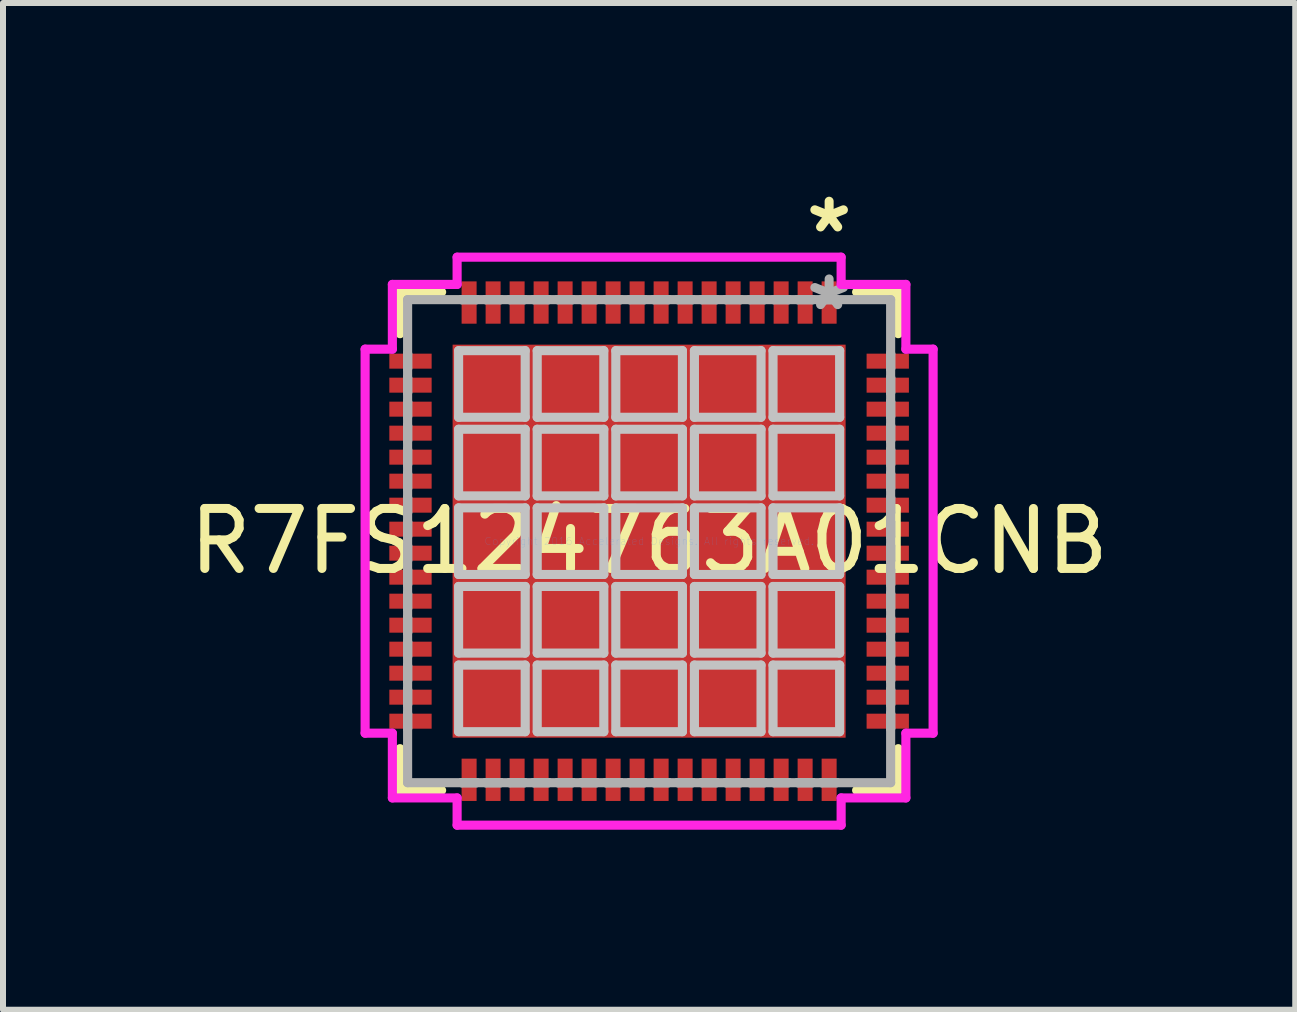
<source format=kicad_pcb>
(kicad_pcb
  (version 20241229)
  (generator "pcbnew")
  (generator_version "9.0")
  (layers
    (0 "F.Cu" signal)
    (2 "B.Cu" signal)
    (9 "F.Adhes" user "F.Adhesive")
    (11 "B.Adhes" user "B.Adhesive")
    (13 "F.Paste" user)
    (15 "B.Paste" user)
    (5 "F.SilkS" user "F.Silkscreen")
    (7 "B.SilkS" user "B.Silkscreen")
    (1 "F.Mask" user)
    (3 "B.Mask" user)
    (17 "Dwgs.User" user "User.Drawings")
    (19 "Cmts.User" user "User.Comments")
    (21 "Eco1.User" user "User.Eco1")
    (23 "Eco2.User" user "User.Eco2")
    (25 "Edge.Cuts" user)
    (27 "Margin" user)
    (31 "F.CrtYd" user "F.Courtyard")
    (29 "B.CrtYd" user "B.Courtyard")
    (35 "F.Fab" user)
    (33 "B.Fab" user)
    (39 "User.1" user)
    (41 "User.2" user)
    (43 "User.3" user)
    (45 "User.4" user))
  (footprint "R7FS124763A01CNB"
    (layer "F.Cu")
    (at 7.768 5.969)
    (property "Reference" "R7FS124763A01CNB" (at 0 0 0) (layer "F.SilkS") (effects (font (size 1 1) (thickness 0.15))))
    (attr through_hole)
    (fp_line (start -4.152 -4.152) (end -4.152 -3.458) (stroke (width 0.152) (type solid)) (layer "F.SilkS"))
    (fp_line (start -4.152 3.458) (end -4.152 4.152) (stroke (width 0.152) (type solid)) (layer "F.SilkS"))
    (fp_line (start -4.152 4.152) (end -3.458 4.152) (stroke (width 0.152) (type solid)) (layer "F.SilkS"))
    (fp_line (start -3.458 -4.152) (end -4.152 -4.152) (stroke (width 0.152) (type solid)) (layer "F.SilkS"))
    (fp_line (start 3.458 4.152) (end 4.152 4.152) (stroke (width 0.152) (type solid)) (layer "F.SilkS"))
    (fp_line (start 4.152 -4.152) (end 3.458 -4.152) (stroke (width 0.152) (type solid)) (layer "F.SilkS"))
    (fp_line (start 4.152 -3.458) (end 4.152 -4.152) (stroke (width 0.152) (type solid)) (layer "F.SilkS"))
    (fp_line (start 4.152 4.152) (end 4.152 3.458) (stroke (width 0.152) (type solid)) (layer "F.SilkS"))
    (fp_line (start -3.175 -3.175) (end -3.175 -2.065) (stroke (width 0.152) (type solid)) (layer "Dwgs.User"))
    (fp_line (start -3.175 -2.065) (end -2.065 -2.065) (stroke (width 0.152) (type solid)) (layer "Dwgs.User"))
    (fp_line (start -3.175 -1.865) (end -3.175 -0.755) (stroke (width 0.152) (type solid)) (layer "Dwgs.User"))
    (fp_line (start -3.175 -0.755) (end -2.065 -0.755) (stroke (width 0.152) (type solid)) (layer "Dwgs.User"))
    (fp_line (start -3.175 -0.555) (end -3.175 0.555) (stroke (width 0.152) (type solid)) (layer "Dwgs.User"))
    (fp_line (start -3.175 0.555) (end -2.065 0.555) (stroke (width 0.152) (type solid)) (layer "Dwgs.User"))
    (fp_line (start -3.175 0.755) (end -3.175 1.865) (stroke (width 0.152) (type solid)) (layer "Dwgs.User"))
    (fp_line (start -3.175 1.865) (end -2.065 1.865) (stroke (width 0.152) (type solid)) (layer "Dwgs.User"))
    (fp_line (start -3.175 2.065) (end -3.175 3.175) (stroke (width 0.152) (type solid)) (layer "Dwgs.User"))
    (fp_line (start -3.175 3.175) (end -2.065 3.175) (stroke (width 0.152) (type solid)) (layer "Dwgs.User"))
    (fp_line (start -2.065 -3.175) (end -3.175 -3.175) (stroke (width 0.152) (type solid)) (layer "Dwgs.User"))
    (fp_line (start -2.065 -2.065) (end -2.065 -3.175) (stroke (width 0.152) (type solid)) (layer "Dwgs.User"))
    (fp_line (start -2.065 -1.865) (end -3.175 -1.865) (stroke (width 0.152) (type solid)) (layer "Dwgs.User"))
    (fp_line (start -2.065 -0.755) (end -2.065 -1.865) (stroke (width 0.152) (type solid)) (layer "Dwgs.User"))
    (fp_line (start -2.065 -0.555) (end -3.175 -0.555) (stroke (width 0.152) (type solid)) (layer "Dwgs.User"))
    (fp_line (start -2.065 0.555) (end -2.065 -0.555) (stroke (width 0.152) (type solid)) (layer "Dwgs.User"))
    (fp_line (start -2.065 0.755) (end -3.175 0.755) (stroke (width 0.152) (type solid)) (layer "Dwgs.User"))
    (fp_line (start -2.065 1.865) (end -2.065 0.755) (stroke (width 0.152) (type solid)) (layer "Dwgs.User"))
    (fp_line (start -2.065 2.065) (end -3.175 2.065) (stroke (width 0.152) (type solid)) (layer "Dwgs.User"))
    (fp_line (start -2.065 3.175) (end -2.065 2.065) (stroke (width 0.152) (type solid)) (layer "Dwgs.User"))
    (fp_line (start -1.865 -3.175) (end -1.865 -2.065) (stroke (width 0.152) (type solid)) (layer "Dwgs.User"))
    (fp_line (start -1.865 -2.065) (end -0.755 -2.065) (stroke (width 0.152) (type solid)) (layer "Dwgs.User"))
    (fp_line (start -1.865 -1.865) (end -1.865 -0.755) (stroke (width 0.152) (type solid)) (layer "Dwgs.User"))
    (fp_line (start -1.865 -0.755) (end -0.755 -0.755) (stroke (width 0.152) (type solid)) (layer "Dwgs.User"))
    (fp_line (start -1.865 -0.555) (end -1.865 0.555) (stroke (width 0.152) (type solid)) (layer "Dwgs.User"))
    (fp_line (start -1.865 0.555) (end -0.755 0.555) (stroke (width 0.152) (type solid)) (layer "Dwgs.User"))
    (fp_line (start -1.865 0.755) (end -1.865 1.865) (stroke (width 0.152) (type solid)) (layer "Dwgs.User"))
    (fp_line (start -1.865 1.865) (end -0.755 1.865) (stroke (width 0.152) (type solid)) (layer "Dwgs.User"))
    (fp_line (start -1.865 2.065) (end -1.865 3.175) (stroke (width 0.152) (type solid)) (layer "Dwgs.User"))
    (fp_line (start -1.865 3.175) (end -0.755 3.175) (stroke (width 0.152) (type solid)) (layer "Dwgs.User"))
    (fp_line (start -0.755 -3.175) (end -1.865 -3.175) (stroke (width 0.152) (type solid)) (layer "Dwgs.User"))
    (fp_line (start -0.755 -2.065) (end -0.755 -3.175) (stroke (width 0.152) (type solid)) (layer "Dwgs.User"))
    (fp_line (start -0.755 -1.865) (end -1.865 -1.865) (stroke (width 0.152) (type solid)) (layer "Dwgs.User"))
    (fp_line (start -0.755 -0.755) (end -0.755 -1.865) (stroke (width 0.152) (type solid)) (layer "Dwgs.User"))
    (fp_line (start -0.755 -0.555) (end -1.865 -0.555) (stroke (width 0.152) (type solid)) (layer "Dwgs.User"))
    (fp_line (start -0.755 0.555) (end -0.755 -0.555) (stroke (width 0.152) (type solid)) (layer "Dwgs.User"))
    (fp_line (start -0.755 0.755) (end -1.865 0.755) (stroke (width 0.152) (type solid)) (layer "Dwgs.User"))
    (fp_line (start -0.755 1.865) (end -0.755 0.755) (stroke (width 0.152) (type solid)) (layer "Dwgs.User"))
    (fp_line (start -0.755 2.065) (end -1.865 2.065) (stroke (width 0.152) (type solid)) (layer "Dwgs.User"))
    (fp_line (start -0.755 3.175) (end -0.755 2.065) (stroke (width 0.152) (type solid)) (layer "Dwgs.User"))
    (fp_line (start -0.555 -3.175) (end -0.555 -2.065) (stroke (width 0.152) (type solid)) (layer "Dwgs.User"))
    (fp_line (start -0.555 -2.065) (end 0.555 -2.065) (stroke (width 0.152) (type solid)) (layer "Dwgs.User"))
    (fp_line (start -0.555 -1.865) (end -0.555 -0.755) (stroke (width 0.152) (type solid)) (layer "Dwgs.User"))
    (fp_line (start -0.555 -0.755) (end 0.555 -0.755) (stroke (width 0.152) (type solid)) (layer "Dwgs.User"))
    (fp_line (start -0.555 -0.555) (end -0.555 0.555) (stroke (width 0.152) (type solid)) (layer "Dwgs.User"))
    (fp_line (start -0.555 0.555) (end 0.555 0.555) (stroke (width 0.152) (type solid)) (layer "Dwgs.User"))
    (fp_line (start -0.555 0.755) (end -0.555 1.865) (stroke (width 0.152) (type solid)) (layer "Dwgs.User"))
    (fp_line (start -0.555 1.865) (end 0.555 1.865) (stroke (width 0.152) (type solid)) (layer "Dwgs.User"))
    (fp_line (start -0.555 2.065) (end -0.555 3.175) (stroke (width 0.152) (type solid)) (layer "Dwgs.User"))
    (fp_line (start -0.555 3.175) (end 0.555 3.175) (stroke (width 0.152) (type solid)) (layer "Dwgs.User"))
    (fp_line (start 0.555 -3.175) (end -0.555 -3.175) (stroke (width 0.152) (type solid)) (layer "Dwgs.User"))
    (fp_line (start 0.555 -2.065) (end 0.555 -3.175) (stroke (width 0.152) (type solid)) (layer "Dwgs.User"))
    (fp_line (start 0.555 -1.865) (end -0.555 -1.865) (stroke (width 0.152) (type solid)) (layer "Dwgs.User"))
    (fp_line (start 0.555 -0.755) (end 0.555 -1.865) (stroke (width 0.152) (type solid)) (layer "Dwgs.User"))
    (fp_line (start 0.555 -0.555) (end -0.555 -0.555) (stroke (width 0.152) (type solid)) (layer "Dwgs.User"))
    (fp_line (start 0.555 0.555) (end 0.555 -0.555) (stroke (width 0.152) (type solid)) (layer "Dwgs.User"))
    (fp_line (start 0.555 0.755) (end -0.555 0.755) (stroke (width 0.152) (type solid)) (layer "Dwgs.User"))
    (fp_line (start 0.555 1.865) (end 0.555 0.755) (stroke (width 0.152) (type solid)) (layer "Dwgs.User"))
    (fp_line (start 0.555 2.065) (end -0.555 2.065) (stroke (width 0.152) (type solid)) (layer "Dwgs.User"))
    (fp_line (start 0.555 3.175) (end 0.555 2.065) (stroke (width 0.152) (type solid)) (layer "Dwgs.User"))
    (fp_line (start 0.755 -3.175) (end 0.755 -2.065) (stroke (width 0.152) (type solid)) (layer "Dwgs.User"))
    (fp_line (start 0.755 -2.065) (end 1.865 -2.065) (stroke (width 0.152) (type solid)) (layer "Dwgs.User"))
    (fp_line (start 0.755 -1.865) (end 0.755 -0.755) (stroke (width 0.152) (type solid)) (layer "Dwgs.User"))
    (fp_line (start 0.755 -0.755) (end 1.865 -0.755) (stroke (width 0.152) (type solid)) (layer "Dwgs.User"))
    (fp_line (start 0.755 -0.555) (end 0.755 0.555) (stroke (width 0.152) (type solid)) (layer "Dwgs.User"))
    (fp_line (start 0.755 0.555) (end 1.865 0.555) (stroke (width 0.152) (type solid)) (layer "Dwgs.User"))
    (fp_line (start 0.755 0.755) (end 0.755 1.865) (stroke (width 0.152) (type solid)) (layer "Dwgs.User"))
    (fp_line (start 0.755 1.865) (end 1.865 1.865) (stroke (width 0.152) (type solid)) (layer "Dwgs.User"))
    (fp_line (start 0.755 2.065) (end 0.755 3.175) (stroke (width 0.152) (type solid)) (layer "Dwgs.User"))
    (fp_line (start 0.755 3.175) (end 1.865 3.175) (stroke (width 0.152) (type solid)) (layer "Dwgs.User"))
    (fp_line (start 1.865 -3.175) (end 0.755 -3.175) (stroke (width 0.152) (type solid)) (layer "Dwgs.User"))
    (fp_line (start 1.865 -2.065) (end 1.865 -3.175) (stroke (width 0.152) (type solid)) (layer "Dwgs.User"))
    (fp_line (start 1.865 -1.865) (end 0.755 -1.865) (stroke (width 0.152) (type solid)) (layer "Dwgs.User"))
    (fp_line (start 1.865 -0.755) (end 1.865 -1.865) (stroke (width 0.152) (type solid)) (layer "Dwgs.User"))
    (fp_line (start 1.865 -0.555) (end 0.755 -0.555) (stroke (width 0.152) (type solid)) (layer "Dwgs.User"))
    (fp_line (start 1.865 0.555) (end 1.865 -0.555) (stroke (width 0.152) (type solid)) (layer "Dwgs.User"))
    (fp_line (start 1.865 0.755) (end 0.755 0.755) (stroke (width 0.152) (type solid)) (layer "Dwgs.User"))
    (fp_line (start 1.865 1.865) (end 1.865 0.755) (stroke (width 0.152) (type solid)) (layer "Dwgs.User"))
    (fp_line (start 1.865 2.065) (end 0.755 2.065) (stroke (width 0.152) (type solid)) (layer "Dwgs.User"))
    (fp_line (start 1.865 3.175) (end 1.865 2.065) (stroke (width 0.152) (type solid)) (layer "Dwgs.User"))
    (fp_line (start 2.065 -3.175) (end 2.065 -2.065) (stroke (width 0.152) (type solid)) (layer "Dwgs.User"))
    (fp_line (start 2.065 -2.065) (end 3.175 -2.065) (stroke (width 0.152) (type solid)) (layer "Dwgs.User"))
    (fp_line (start 2.065 -1.865) (end 2.065 -0.755) (stroke (width 0.152) (type solid)) (layer "Dwgs.User"))
    (fp_line (start 2.065 -0.755) (end 3.175 -0.755) (stroke (width 0.152) (type solid)) (layer "Dwgs.User"))
    (fp_line (start 2.065 -0.555) (end 2.065 0.555) (stroke (width 0.152) (type solid)) (layer "Dwgs.User"))
    (fp_line (start 2.065 0.555) (end 3.175 0.555) (stroke (width 0.152) (type solid)) (layer "Dwgs.User"))
    (fp_line (start 2.065 0.755) (end 2.065 1.865) (stroke (width 0.152) (type solid)) (layer "Dwgs.User"))
    (fp_line (start 2.065 1.865) (end 3.175 1.865) (stroke (width 0.152) (type solid)) (layer "Dwgs.User"))
    (fp_line (start 2.065 2.065) (end 2.065 3.175) (stroke (width 0.152) (type solid)) (layer "Dwgs.User"))
    (fp_line (start 2.065 3.175) (end 3.175 3.175) (stroke (width 0.152) (type solid)) (layer "Dwgs.User"))
    (fp_line (start 3.175 -3.175) (end 2.065 -3.175) (stroke (width 0.152) (type solid)) (layer "Dwgs.User"))
    (fp_line (start 3.175 -2.065) (end 3.175 -3.175) (stroke (width 0.152) (type solid)) (layer "Dwgs.User"))
    (fp_line (start 3.175 -1.865) (end 2.065 -1.865) (stroke (width 0.152) (type solid)) (layer "Dwgs.User"))
    (fp_line (start 3.175 -0.755) (end 3.175 -1.865) (stroke (width 0.152) (type solid)) (layer "Dwgs.User"))
    (fp_line (start 3.175 -0.555) (end 2.065 -0.555) (stroke (width 0.152) (type solid)) (layer "Dwgs.User"))
    (fp_line (start 3.175 0.555) (end 3.175 -0.555) (stroke (width 0.152) (type solid)) (layer "Dwgs.User"))
    (fp_line (start 3.175 0.755) (end 2.065 0.755) (stroke (width 0.152) (type solid)) (layer "Dwgs.User"))
    (fp_line (start 3.175 1.865) (end 3.175 0.755) (stroke (width 0.152) (type solid)) (layer "Dwgs.User"))
    (fp_line (start 3.175 2.065) (end 2.065 2.065) (stroke (width 0.152) (type solid)) (layer "Dwgs.User"))
    (fp_line (start 3.175 3.175) (end 3.175 2.065) (stroke (width 0.152) (type solid)) (layer "Dwgs.User"))
    (fp_line (start -4.733 -3.2) (end -4.279 -3.2) (stroke (width 0.152) (type solid)) (layer "F.CrtYd"))
    (fp_line (start -4.733 3.2) (end -4.733 -3.2) (stroke (width 0.152) (type solid)) (layer "F.CrtYd"))
    (fp_line (start -4.279 -4.279) (end -3.2 -4.279) (stroke (width 0.152) (type solid)) (layer "F.CrtYd"))
    (fp_line (start -4.279 -3.2) (end -4.279 -4.279) (stroke (width 0.152) (type solid)) (layer "F.CrtYd"))
    (fp_line (start -4.279 3.2) (end -4.733 3.2) (stroke (width 0.152) (type solid)) (layer "F.CrtYd"))
    (fp_line (start -4.279 4.279) (end -4.279 3.2) (stroke (width 0.152) (type solid)) (layer "F.CrtYd"))
    (fp_line (start -3.2 -4.733) (end 3.2 -4.733) (stroke (width 0.152) (type solid)) (layer "F.CrtYd"))
    (fp_line (start -3.2 -4.279) (end -3.2 -4.733) (stroke (width 0.152) (type solid)) (layer "F.CrtYd"))
    (fp_line (start -3.2 4.279) (end -4.279 4.279) (stroke (width 0.152) (type solid)) (layer "F.CrtYd"))
    (fp_line (start -3.2 4.733) (end -3.2 4.279) (stroke (width 0.152) (type solid)) (layer "F.CrtYd"))
    (fp_line (start 3.2 -4.733) (end 3.2 -4.279) (stroke (width 0.152) (type solid)) (layer "F.CrtYd"))
    (fp_line (start 3.2 -4.279) (end 4.279 -4.279) (stroke (width 0.152) (type solid)) (layer "F.CrtYd"))
    (fp_line (start 3.2 4.279) (end 3.2 4.733) (stroke (width 0.152) (type solid)) (layer "F.CrtYd"))
    (fp_line (start 3.2 4.733) (end -3.2 4.733) (stroke (width 0.152) (type solid)) (layer "F.CrtYd"))
    (fp_line (start 4.279 -4.279) (end 4.279 -3.2) (stroke (width 0.152) (type solid)) (layer "F.CrtYd"))
    (fp_line (start 4.279 -3.2) (end 4.733 -3.2) (stroke (width 0.152) (type solid)) (layer "F.CrtYd"))
    (fp_line (start 4.279 3.2) (end 4.279 4.279) (stroke (width 0.152) (type solid)) (layer "F.CrtYd"))
    (fp_line (start 4.279 4.279) (end 3.2 4.279) (stroke (width 0.152) (type solid)) (layer "F.CrtYd"))
    (fp_line (start 4.733 -3.2) (end 4.733 3.2) (stroke (width 0.152) (type solid)) (layer "F.CrtYd"))
    (fp_line (start 4.733 3.2) (end 4.279 3.2) (stroke (width 0.152) (type solid)) (layer "F.CrtYd"))
    (fp_line (start -4.025 -4.025) (end -4.025 4.025) (stroke (width 0.152) (type solid)) (layer "F.Fab"))
    (fp_line (start -4.025 -3.125) (end -4.025 -3.125) (stroke (width 0.152) (type solid)) (layer "F.Fab"))
    (fp_line (start -4.025 -3.125) (end -4.025 -2.875) (stroke (width 0.152) (type solid)) (layer "F.Fab"))
    (fp_line (start -4.025 -2.875) (end -4.025 -3.125) (stroke (width 0.152) (type solid)) (layer "F.Fab"))
    (fp_line (start -4.025 -2.875) (end -4.025 -2.875) (stroke (width 0.152) (type solid)) (layer "F.Fab"))
    (fp_line (start -4.025 -2.725) (end -4.025 -2.725) (stroke (width 0.152) (type solid)) (layer "F.Fab"))
    (fp_line (start -4.025 -2.725) (end -4.025 -2.475) (stroke (width 0.152) (type solid)) (layer "F.Fab"))
    (fp_line (start -4.025 -2.475) (end -4.025 -2.725) (stroke (width 0.152) (type solid)) (layer "F.Fab"))
    (fp_line (start -4.025 -2.475) (end -4.025 -2.475) (stroke (width 0.152) (type solid)) (layer "F.Fab"))
    (fp_line (start -4.025 -2.325) (end -4.025 -2.325) (stroke (width 0.152) (type solid)) (layer "F.Fab"))
    (fp_line (start -4.025 -2.325) (end -4.025 -2.075) (stroke (width 0.152) (type solid)) (layer "F.Fab"))
    (fp_line (start -4.025 -2.075) (end -4.025 -2.325) (stroke (width 0.152) (type solid)) (layer "F.Fab"))
    (fp_line (start -4.025 -2.075) (end -4.025 -2.075) (stroke (width 0.152) (type solid)) (layer "F.Fab"))
    (fp_line (start -4.025 -1.925) (end -4.025 -1.925) (stroke (width 0.152) (type solid)) (layer "F.Fab"))
    (fp_line (start -4.025 -1.925) (end -4.025 -1.675) (stroke (width 0.152) (type solid)) (layer "F.Fab"))
    (fp_line (start -4.025 -1.675) (end -4.025 -1.925) (stroke (width 0.152) (type solid)) (layer "F.Fab"))
    (fp_line (start -4.025 -1.675) (end -4.025 -1.675) (stroke (width 0.152) (type solid)) (layer "F.Fab"))
    (fp_line (start -4.025 -1.525) (end -4.025 -1.525) (stroke (width 0.152) (type solid)) (layer "F.Fab"))
    (fp_line (start -4.025 -1.525) (end -4.025 -1.275) (stroke (width 0.152) (type solid)) (layer "F.Fab"))
    (fp_line (start -4.025 -1.275) (end -4.025 -1.525) (stroke (width 0.152) (type solid)) (layer "F.Fab"))
    (fp_line (start -4.025 -1.275) (end -4.025 -1.275) (stroke (width 0.152) (type solid)) (layer "F.Fab"))
    (fp_line (start -4.025 -1.125) (end -4.025 -1.125) (stroke (width 0.152) (type solid)) (layer "F.Fab"))
    (fp_line (start -4.025 -1.125) (end -4.025 -0.875) (stroke (width 0.152) (type solid)) (layer "F.Fab"))
    (fp_line (start -4.025 -0.875) (end -4.025 -1.125) (stroke (width 0.152) (type solid)) (layer "F.Fab"))
    (fp_line (start -4.025 -0.875) (end -4.025 -0.875) (stroke (width 0.152) (type solid)) (layer "F.Fab"))
    (fp_line (start -4.025 -0.725) (end -4.025 -0.725) (stroke (width 0.152) (type solid)) (layer "F.Fab"))
    (fp_line (start -4.025 -0.725) (end -4.025 -0.475) (stroke (width 0.152) (type solid)) (layer "F.Fab"))
    (fp_line (start -4.025 -0.475) (end -4.025 -0.725) (stroke (width 0.152) (type solid)) (layer "F.Fab"))
    (fp_line (start -4.025 -0.475) (end -4.025 -0.475) (stroke (width 0.152) (type solid)) (layer "F.Fab"))
    (fp_line (start -4.025 -0.325) (end -4.025 -0.325) (stroke (width 0.152) (type solid)) (layer "F.Fab"))
    (fp_line (start -4.025 -0.325) (end -4.025 -0.075) (stroke (width 0.152) (type solid)) (layer "F.Fab"))
    (fp_line (start -4.025 -0.075) (end -4.025 -0.325) (stroke (width 0.152) (type solid)) (layer "F.Fab"))
    (fp_line (start -4.025 -0.075) (end -4.025 -0.075) (stroke (width 0.152) (type solid)) (layer "F.Fab"))
    (fp_line (start -4.025 0.075) (end -4.025 0.075) (stroke (width 0.152) (type solid)) (layer "F.Fab"))
    (fp_line (start -4.025 0.075) (end -4.025 0.325) (stroke (width 0.152) (type solid)) (layer "F.Fab"))
    (fp_line (start -4.025 0.325) (end -4.025 0.075) (stroke (width 0.152) (type solid)) (layer "F.Fab"))
    (fp_line (start -4.025 0.325) (end -4.025 0.325) (stroke (width 0.152) (type solid)) (layer "F.Fab"))
    (fp_line (start -4.025 0.475) (end -4.025 0.475) (stroke (width 0.152) (type solid)) (layer "F.Fab"))
    (fp_line (start -4.025 0.475) (end -4.025 0.725) (stroke (width 0.152) (type solid)) (layer "F.Fab"))
    (fp_line (start -4.025 0.725) (end -4.025 0.475) (stroke (width 0.152) (type solid)) (layer "F.Fab"))
    (fp_line (start -4.025 0.725) (end -4.025 0.725) (stroke (width 0.152) (type solid)) (layer "F.Fab"))
    (fp_line (start -4.025 0.875) (end -4.025 0.875) (stroke (width 0.152) (type solid)) (layer "F.Fab"))
    (fp_line (start -4.025 0.875) (end -4.025 1.125) (stroke (width 0.152) (type solid)) (layer "F.Fab"))
    (fp_line (start -4.025 1.125) (end -4.025 0.875) (stroke (width 0.152) (type solid)) (layer "F.Fab"))
    (fp_line (start -4.025 1.125) (end -4.025 1.125) (stroke (width 0.152) (type solid)) (layer "F.Fab"))
    (fp_line (start -4.025 1.275) (end -4.025 1.275) (stroke (width 0.152) (type solid)) (layer "F.Fab"))
    (fp_line (start -4.025 1.275) (end -4.025 1.525) (stroke (width 0.152) (type solid)) (layer "F.Fab"))
    (fp_line (start -4.025 1.525) (end -4.025 1.275) (stroke (width 0.152) (type solid)) (layer "F.Fab"))
    (fp_line (start -4.025 1.525) (end -4.025 1.525) (stroke (width 0.152) (type solid)) (layer "F.Fab"))
    (fp_line (start -4.025 1.675) (end -4.025 1.675) (stroke (width 0.152) (type solid)) (layer "F.Fab"))
    (fp_line (start -4.025 1.675) (end -4.025 1.925) (stroke (width 0.152) (type solid)) (layer "F.Fab"))
    (fp_line (start -4.025 1.925) (end -4.025 1.675) (stroke (width 0.152) (type solid)) (layer "F.Fab"))
    (fp_line (start -4.025 1.925) (end -4.025 1.925) (stroke (width 0.152) (type solid)) (layer "F.Fab"))
    (fp_line (start -4.025 2.075) (end -4.025 2.075) (stroke (width 0.152) (type solid)) (layer "F.Fab"))
    (fp_line (start -4.025 2.075) (end -4.025 2.325) (stroke (width 0.152) (type solid)) (layer "F.Fab"))
    (fp_line (start -4.025 2.325) (end -4.025 2.075) (stroke (width 0.152) (type solid)) (layer "F.Fab"))
    (fp_line (start -4.025 2.325) (end -4.025 2.325) (stroke (width 0.152) (type solid)) (layer "F.Fab"))
    (fp_line (start -4.025 2.475) (end -4.025 2.475) (stroke (width 0.152) (type solid)) (layer "F.Fab"))
    (fp_line (start -4.025 2.475) (end -4.025 2.725) (stroke (width 0.152) (type solid)) (layer "F.Fab"))
    (fp_line (start -4.025 2.725) (end -4.025 2.475) (stroke (width 0.152) (type solid)) (layer "F.Fab"))
    (fp_line (start -4.025 2.725) (end -4.025 2.725) (stroke (width 0.152) (type solid)) (layer "F.Fab"))
    (fp_line (start -4.025 2.875) (end -4.025 2.875) (stroke (width 0.152) (type solid)) (layer "F.Fab"))
    (fp_line (start -4.025 2.875) (end -4.025 3.125) (stroke (width 0.152) (type solid)) (layer "F.Fab"))
    (fp_line (start -4.025 3.125) (end -4.025 2.875) (stroke (width 0.152) (type solid)) (layer "F.Fab"))
    (fp_line (start -4.025 3.125) (end -4.025 3.125) (stroke (width 0.152) (type solid)) (layer "F.Fab"))
    (fp_line (start -4.025 4.025) (end 4.025 4.025) (stroke (width 0.152) (type solid)) (layer "F.Fab"))
    (fp_line (start -3.125 -4.025) (end -3.125 -4.025) (stroke (width 0.152) (type solid)) (layer "F.Fab"))
    (fp_line (start -3.125 -4.025) (end -2.875 -4.025) (stroke (width 0.152) (type solid)) (layer "F.Fab"))
    (fp_line (start -3.125 4.025) (end -3.125 4.025) (stroke (width 0.152) (type solid)) (layer "F.Fab"))
    (fp_line (start -3.125 4.025) (end -2.875 4.025) (stroke (width 0.152) (type solid)) (layer "F.Fab"))
    (fp_line (start -2.875 -4.025) (end -3.125 -4.025) (stroke (width 0.152) (type solid)) (layer "F.Fab"))
    (fp_line (start -2.875 -4.025) (end -2.875 -4.025) (stroke (width 0.152) (type solid)) (layer "F.Fab"))
    (fp_line (start -2.875 4.025) (end -3.125 4.025) (stroke (width 0.152) (type solid)) (layer "F.Fab"))
    (fp_line (start -2.875 4.025) (end -2.875 4.025) (stroke (width 0.152) (type solid)) (layer "F.Fab"))
    (fp_line (start -2.725 -4.025) (end -2.725 -4.025) (stroke (width 0.152) (type solid)) (layer "F.Fab"))
    (fp_line (start -2.725 -4.025) (end -2.475 -4.025) (stroke (width 0.152) (type solid)) (layer "F.Fab"))
    (fp_line (start -2.725 4.025) (end -2.725 4.025) (stroke (width 0.152) (type solid)) (layer "F.Fab"))
    (fp_line (start -2.725 4.025) (end -2.475 4.025) (stroke (width 0.152) (type solid)) (layer "F.Fab"))
    (fp_line (start -2.475 -4.025) (end -2.725 -4.025) (stroke (width 0.152) (type solid)) (layer "F.Fab"))
    (fp_line (start -2.475 -4.025) (end -2.475 -4.025) (stroke (width 0.152) (type solid)) (layer "F.Fab"))
    (fp_line (start -2.475 4.025) (end -2.725 4.025) (stroke (width 0.152) (type solid)) (layer "F.Fab"))
    (fp_line (start -2.475 4.025) (end -2.475 4.025) (stroke (width 0.152) (type solid)) (layer "F.Fab"))
    (fp_line (start -2.325 -4.025) (end -2.325 -4.025) (stroke (width 0.152) (type solid)) (layer "F.Fab"))
    (fp_line (start -2.325 -4.025) (end -2.075 -4.025) (stroke (width 0.152) (type solid)) (layer "F.Fab"))
    (fp_line (start -2.325 4.025) (end -2.325 4.025) (stroke (width 0.152) (type solid)) (layer "F.Fab"))
    (fp_line (start -2.325 4.025) (end -2.075 4.025) (stroke (width 0.152) (type solid)) (layer "F.Fab"))
    (fp_line (start -2.075 -4.025) (end -2.325 -4.025) (stroke (width 0.152) (type solid)) (layer "F.Fab"))
    (fp_line (start -2.075 -4.025) (end -2.075 -4.025) (stroke (width 0.152) (type solid)) (layer "F.Fab"))
    (fp_line (start -2.075 4.025) (end -2.325 4.025) (stroke (width 0.152) (type solid)) (layer "F.Fab"))
    (fp_line (start -2.075 4.025) (end -2.075 4.025) (stroke (width 0.152) (type solid)) (layer "F.Fab"))
    (fp_line (start -1.925 -4.025) (end -1.925 -4.025) (stroke (width 0.152) (type solid)) (layer "F.Fab"))
    (fp_line (start -1.925 -4.025) (end -1.675 -4.025) (stroke (width 0.152) (type solid)) (layer "F.Fab"))
    (fp_line (start -1.925 4.025) (end -1.925 4.025) (stroke (width 0.152) (type solid)) (layer "F.Fab"))
    (fp_line (start -1.925 4.025) (end -1.675 4.025) (stroke (width 0.152) (type solid)) (layer "F.Fab"))
    (fp_line (start -1.675 -4.025) (end -1.925 -4.025) (stroke (width 0.152) (type solid)) (layer "F.Fab"))
    (fp_line (start -1.675 -4.025) (end -1.675 -4.025) (stroke (width 0.152) (type solid)) (layer "F.Fab"))
    (fp_line (start -1.675 4.025) (end -1.925 4.025) (stroke (width 0.152) (type solid)) (layer "F.Fab"))
    (fp_line (start -1.675 4.025) (end -1.675 4.025) (stroke (width 0.152) (type solid)) (layer "F.Fab"))
    (fp_line (start -1.525 -4.025) (end -1.525 -4.025) (stroke (width 0.152) (type solid)) (layer "F.Fab"))
    (fp_line (start -1.525 -4.025) (end -1.275 -4.025) (stroke (width 0.152) (type solid)) (layer "F.Fab"))
    (fp_line (start -1.525 4.025) (end -1.525 4.025) (stroke (width 0.152) (type solid)) (layer "F.Fab"))
    (fp_line (start -1.525 4.025) (end -1.275 4.025) (stroke (width 0.152) (type solid)) (layer "F.Fab"))
    (fp_line (start -1.275 -4.025) (end -1.525 -4.025) (stroke (width 0.152) (type solid)) (layer "F.Fab"))
    (fp_line (start -1.275 -4.025) (end -1.275 -4.025) (stroke (width 0.152) (type solid)) (layer "F.Fab"))
    (fp_line (start -1.275 4.025) (end -1.525 4.025) (stroke (width 0.152) (type solid)) (layer "F.Fab"))
    (fp_line (start -1.275 4.025) (end -1.275 4.025) (stroke (width 0.152) (type solid)) (layer "F.Fab"))
    (fp_line (start -1.125 -4.025) (end -1.125 -4.025) (stroke (width 0.152) (type solid)) (layer "F.Fab"))
    (fp_line (start -1.125 -4.025) (end -0.875 -4.025) (stroke (width 0.152) (type solid)) (layer "F.Fab"))
    (fp_line (start -1.125 4.025) (end -1.125 4.025) (stroke (width 0.152) (type solid)) (layer "F.Fab"))
    (fp_line (start -1.125 4.025) (end -0.875 4.025) (stroke (width 0.152) (type solid)) (layer "F.Fab"))
    (fp_line (start -0.875 -4.025) (end -1.125 -4.025) (stroke (width 0.152) (type solid)) (layer "F.Fab"))
    (fp_line (start -0.875 -4.025) (end -0.875 -4.025) (stroke (width 0.152) (type solid)) (layer "F.Fab"))
    (fp_line (start -0.875 4.025) (end -1.125 4.025) (stroke (width 0.152) (type solid)) (layer "F.Fab"))
    (fp_line (start -0.875 4.025) (end -0.875 4.025) (stroke (width 0.152) (type solid)) (layer "F.Fab"))
    (fp_line (start -0.725 -4.025) (end -0.725 -4.025) (stroke (width 0.152) (type solid)) (layer "F.Fab"))
    (fp_line (start -0.725 -4.025) (end -0.475 -4.025) (stroke (width 0.152) (type solid)) (layer "F.Fab"))
    (fp_line (start -0.725 4.025) (end -0.725 4.025) (stroke (width 0.152) (type solid)) (layer "F.Fab"))
    (fp_line (start -0.725 4.025) (end -0.475 4.025) (stroke (width 0.152) (type solid)) (layer "F.Fab"))
    (fp_line (start -0.475 -4.025) (end -0.725 -4.025) (stroke (width 0.152) (type solid)) (layer "F.Fab"))
    (fp_line (start -0.475 -4.025) (end -0.475 -4.025) (stroke (width 0.152) (type solid)) (layer "F.Fab"))
    (fp_line (start -0.475 4.025) (end -0.725 4.025) (stroke (width 0.152) (type solid)) (layer "F.Fab"))
    (fp_line (start -0.475 4.025) (end -0.475 4.025) (stroke (width 0.152) (type solid)) (layer "F.Fab"))
    (fp_line (start -0.325 -4.025) (end -0.325 -4.025) (stroke (width 0.152) (type solid)) (layer "F.Fab"))
    (fp_line (start -0.325 -4.025) (end -0.075 -4.025) (stroke (width 0.152) (type solid)) (layer "F.Fab"))
    (fp_line (start -0.325 4.025) (end -0.325 4.025) (stroke (width 0.152) (type solid)) (layer "F.Fab"))
    (fp_line (start -0.325 4.025) (end -0.075 4.025) (stroke (width 0.152) (type solid)) (layer "F.Fab"))
    (fp_line (start -0.075 -4.025) (end -0.325 -4.025) (stroke (width 0.152) (type solid)) (layer "F.Fab"))
    (fp_line (start -0.075 -4.025) (end -0.075 -4.025) (stroke (width 0.152) (type solid)) (layer "F.Fab"))
    (fp_line (start -0.075 4.025) (end -0.325 4.025) (stroke (width 0.152) (type solid)) (layer "F.Fab"))
    (fp_line (start -0.075 4.025) (end -0.075 4.025) (stroke (width 0.152) (type solid)) (layer "F.Fab"))
    (fp_line (start 0.075 -4.025) (end 0.075 -4.025) (stroke (width 0.152) (type solid)) (layer "F.Fab"))
    (fp_line (start 0.075 -4.025) (end 0.325 -4.025) (stroke (width 0.152) (type solid)) (layer "F.Fab"))
    (fp_line (start 0.075 4.025) (end 0.075 4.025) (stroke (width 0.152) (type solid)) (layer "F.Fab"))
    (fp_line (start 0.075 4.025) (end 0.325 4.025) (stroke (width 0.152) (type solid)) (layer "F.Fab"))
    (fp_line (start 0.325 -4.025) (end 0.075 -4.025) (stroke (width 0.152) (type solid)) (layer "F.Fab"))
    (fp_line (start 0.325 -4.025) (end 0.325 -4.025) (stroke (width 0.152) (type solid)) (layer "F.Fab"))
    (fp_line (start 0.325 4.025) (end 0.075 4.025) (stroke (width 0.152) (type solid)) (layer "F.Fab"))
    (fp_line (start 0.325 4.025) (end 0.325 4.025) (stroke (width 0.152) (type solid)) (layer "F.Fab"))
    (fp_line (start 0.475 -4.025) (end 0.475 -4.025) (stroke (width 0.152) (type solid)) (layer "F.Fab"))
    (fp_line (start 0.475 -4.025) (end 0.725 -4.025) (stroke (width 0.152) (type solid)) (layer "F.Fab"))
    (fp_line (start 0.475 4.025) (end 0.475 4.025) (stroke (width 0.152) (type solid)) (layer "F.Fab"))
    (fp_line (start 0.475 4.025) (end 0.725 4.025) (stroke (width 0.152) (type solid)) (layer "F.Fab"))
    (fp_line (start 0.725 -4.025) (end 0.475 -4.025) (stroke (width 0.152) (type solid)) (layer "F.Fab"))
    (fp_line (start 0.725 -4.025) (end 0.725 -4.025) (stroke (width 0.152) (type solid)) (layer "F.Fab"))
    (fp_line (start 0.725 4.025) (end 0.475 4.025) (stroke (width 0.152) (type solid)) (layer "F.Fab"))
    (fp_line (start 0.725 4.025) (end 0.725 4.025) (stroke (width 0.152) (type solid)) (layer "F.Fab"))
    (fp_line (start 0.875 -4.025) (end 0.875 -4.025) (stroke (width 0.152) (type solid)) (layer "F.Fab"))
    (fp_line (start 0.875 -4.025) (end 1.125 -4.025) (stroke (width 0.152) (type solid)) (layer "F.Fab"))
    (fp_line (start 0.875 4.025) (end 0.875 4.025) (stroke (width 0.152) (type solid)) (layer "F.Fab"))
    (fp_line (start 0.875 4.025) (end 1.125 4.025) (stroke (width 0.152) (type solid)) (layer "F.Fab"))
    (fp_line (start 1.125 -4.025) (end 0.875 -4.025) (stroke (width 0.152) (type solid)) (layer "F.Fab"))
    (fp_line (start 1.125 -4.025) (end 1.125 -4.025) (stroke (width 0.152) (type solid)) (layer "F.Fab"))
    (fp_line (start 1.125 4.025) (end 0.875 4.025) (stroke (width 0.152) (type solid)) (layer "F.Fab"))
    (fp_line (start 1.125 4.025) (end 1.125 4.025) (stroke (width 0.152) (type solid)) (layer "F.Fab"))
    (fp_line (start 1.275 -4.025) (end 1.275 -4.025) (stroke (width 0.152) (type solid)) (layer "F.Fab"))
    (fp_line (start 1.275 -4.025) (end 1.525 -4.025) (stroke (width 0.152) (type solid)) (layer "F.Fab"))
    (fp_line (start 1.275 4.025) (end 1.275 4.025) (stroke (width 0.152) (type solid)) (layer "F.Fab"))
    (fp_line (start 1.275 4.025) (end 1.525 4.025) (stroke (width 0.152) (type solid)) (layer "F.Fab"))
    (fp_line (start 1.525 -4.025) (end 1.275 -4.025) (stroke (width 0.152) (type solid)) (layer "F.Fab"))
    (fp_line (start 1.525 -4.025) (end 1.525 -4.025) (stroke (width 0.152) (type solid)) (layer "F.Fab"))
    (fp_line (start 1.525 4.025) (end 1.275 4.025) (stroke (width 0.152) (type solid)) (layer "F.Fab"))
    (fp_line (start 1.525 4.025) (end 1.525 4.025) (stroke (width 0.152) (type solid)) (layer "F.Fab"))
    (fp_line (start 1.675 -4.025) (end 1.675 -4.025) (stroke (width 0.152) (type solid)) (layer "F.Fab"))
    (fp_line (start 1.675 -4.025) (end 1.925 -4.025) (stroke (width 0.152) (type solid)) (layer "F.Fab"))
    (fp_line (start 1.675 4.025) (end 1.675 4.025) (stroke (width 0.152) (type solid)) (layer "F.Fab"))
    (fp_line (start 1.675 4.025) (end 1.925 4.025) (stroke (width 0.152) (type solid)) (layer "F.Fab"))
    (fp_line (start 1.925 -4.025) (end 1.675 -4.025) (stroke (width 0.152) (type solid)) (layer "F.Fab"))
    (fp_line (start 1.925 -4.025) (end 1.925 -4.025) (stroke (width 0.152) (type solid)) (layer "F.Fab"))
    (fp_line (start 1.925 4.025) (end 1.675 4.025) (stroke (width 0.152) (type solid)) (layer "F.Fab"))
    (fp_line (start 1.925 4.025) (end 1.925 4.025) (stroke (width 0.152) (type solid)) (layer "F.Fab"))
    (fp_line (start 2.075 -4.025) (end 2.075 -4.025) (stroke (width 0.152) (type solid)) (layer "F.Fab"))
    (fp_line (start 2.075 -4.025) (end 2.325 -4.025) (stroke (width 0.152) (type solid)) (layer "F.Fab"))
    (fp_line (start 2.075 4.025) (end 2.075 4.025) (stroke (width 0.152) (type solid)) (layer "F.Fab"))
    (fp_line (start 2.075 4.025) (end 2.325 4.025) (stroke (width 0.152) (type solid)) (layer "F.Fab"))
    (fp_line (start 2.325 -4.025) (end 2.075 -4.025) (stroke (width 0.152) (type solid)) (layer "F.Fab"))
    (fp_line (start 2.325 -4.025) (end 2.325 -4.025) (stroke (width 0.152) (type solid)) (layer "F.Fab"))
    (fp_line (start 2.325 4.025) (end 2.075 4.025) (stroke (width 0.152) (type solid)) (layer "F.Fab"))
    (fp_line (start 2.325 4.025) (end 2.325 4.025) (stroke (width 0.152) (type solid)) (layer "F.Fab"))
    (fp_line (start 2.475 -4.025) (end 2.475 -4.025) (stroke (width 0.152) (type solid)) (layer "F.Fab"))
    (fp_line (start 2.475 -4.025) (end 2.725 -4.025) (stroke (width 0.152) (type solid)) (layer "F.Fab"))
    (fp_line (start 2.475 4.025) (end 2.475 4.025) (stroke (width 0.152) (type solid)) (layer "F.Fab"))
    (fp_line (start 2.475 4.025) (end 2.725 4.025) (stroke (width 0.152) (type solid)) (layer "F.Fab"))
    (fp_line (start 2.725 -4.025) (end 2.475 -4.025) (stroke (width 0.152) (type solid)) (layer "F.Fab"))
    (fp_line (start 2.725 -4.025) (end 2.725 -4.025) (stroke (width 0.152) (type solid)) (layer "F.Fab"))
    (fp_line (start 2.725 4.025) (end 2.475 4.025) (stroke (width 0.152) (type solid)) (layer "F.Fab"))
    (fp_line (start 2.725 4.025) (end 2.725 4.025) (stroke (width 0.152) (type solid)) (layer "F.Fab"))
    (fp_line (start 2.875 -4.025) (end 2.875 -4.025) (stroke (width 0.152) (type solid)) (layer "F.Fab"))
    (fp_line (start 2.875 -4.025) (end 3.125 -4.025) (stroke (width 0.152) (type solid)) (layer "F.Fab"))
    (fp_line (start 2.875 4.025) (end 2.875 4.025) (stroke (width 0.152) (type solid)) (layer "F.Fab"))
    (fp_line (start 2.875 4.025) (end 3.125 4.025) (stroke (width 0.152) (type solid)) (layer "F.Fab"))
    (fp_line (start 3.125 -4.025) (end 2.875 -4.025) (stroke (width 0.152) (type solid)) (layer "F.Fab"))
    (fp_line (start 3.125 -4.025) (end 3.125 -4.025) (stroke (width 0.152) (type solid)) (layer "F.Fab"))
    (fp_line (start 3.125 4.025) (end 2.875 4.025) (stroke (width 0.152) (type solid)) (layer "F.Fab"))
    (fp_line (start 3.125 4.025) (end 3.125 4.025) (stroke (width 0.152) (type solid)) (layer "F.Fab"))
    (fp_line (start 4.025 -4.025) (end -4.025 -4.025) (stroke (width 0.152) (type solid)) (layer "F.Fab"))
    (fp_line (start 4.025 -3.125) (end 4.025 -3.125) (stroke (width 0.152) (type solid)) (layer "F.Fab"))
    (fp_line (start 4.025 -3.125) (end 4.025 -2.875) (stroke (width 0.152) (type solid)) (layer "F.Fab"))
    (fp_line (start 4.025 -2.875) (end 4.025 -3.125) (stroke (width 0.152) (type solid)) (layer "F.Fab"))
    (fp_line (start 4.025 -2.875) (end 4.025 -2.875) (stroke (width 0.152) (type solid)) (layer "F.Fab"))
    (fp_line (start 4.025 -2.725) (end 4.025 -2.725) (stroke (width 0.152) (type solid)) (layer "F.Fab"))
    (fp_line (start 4.025 -2.725) (end 4.025 -2.475) (stroke (width 0.152) (type solid)) (layer "F.Fab"))
    (fp_line (start 4.025 -2.475) (end 4.025 -2.725) (stroke (width 0.152) (type solid)) (layer "F.Fab"))
    (fp_line (start 4.025 -2.475) (end 4.025 -2.475) (stroke (width 0.152) (type solid)) (layer "F.Fab"))
    (fp_line (start 4.025 -2.325) (end 4.025 -2.325) (stroke (width 0.152) (type solid)) (layer "F.Fab"))
    (fp_line (start 4.025 -2.325) (end 4.025 -2.075) (stroke (width 0.152) (type solid)) (layer "F.Fab"))
    (fp_line (start 4.025 -2.075) (end 4.025 -2.325) (stroke (width 0.152) (type solid)) (layer "F.Fab"))
    (fp_line (start 4.025 -2.075) (end 4.025 -2.075) (stroke (width 0.152) (type solid)) (layer "F.Fab"))
    (fp_line (start 4.025 -1.925) (end 4.025 -1.925) (stroke (width 0.152) (type solid)) (layer "F.Fab"))
    (fp_line (start 4.025 -1.925) (end 4.025 -1.675) (stroke (width 0.152) (type solid)) (layer "F.Fab"))
    (fp_line (start 4.025 -1.675) (end 4.025 -1.925) (stroke (width 0.152) (type solid)) (layer "F.Fab"))
    (fp_line (start 4.025 -1.675) (end 4.025 -1.675) (stroke (width 0.152) (type solid)) (layer "F.Fab"))
    (fp_line (start 4.025 -1.525) (end 4.025 -1.525) (stroke (width 0.152) (type solid)) (layer "F.Fab"))
    (fp_line (start 4.025 -1.525) (end 4.025 -1.275) (stroke (width 0.152) (type solid)) (layer "F.Fab"))
    (fp_line (start 4.025 -1.275) (end 4.025 -1.525) (stroke (width 0.152) (type solid)) (layer "F.Fab"))
    (fp_line (start 4.025 -1.275) (end 4.025 -1.275) (stroke (width 0.152) (type solid)) (layer "F.Fab"))
    (fp_line (start 4.025 -1.125) (end 4.025 -1.125) (stroke (width 0.152) (type solid)) (layer "F.Fab"))
    (fp_line (start 4.025 -1.125) (end 4.025 -0.875) (stroke (width 0.152) (type solid)) (layer "F.Fab"))
    (fp_line (start 4.025 -0.875) (end 4.025 -1.125) (stroke (width 0.152) (type solid)) (layer "F.Fab"))
    (fp_line (start 4.025 -0.875) (end 4.025 -0.875) (stroke (width 0.152) (type solid)) (layer "F.Fab"))
    (fp_line (start 4.025 -0.725) (end 4.025 -0.725) (stroke (width 0.152) (type solid)) (layer "F.Fab"))
    (fp_line (start 4.025 -0.725) (end 4.025 -0.475) (stroke (width 0.152) (type solid)) (layer "F.Fab"))
    (fp_line (start 4.025 -0.475) (end 4.025 -0.725) (stroke (width 0.152) (type solid)) (layer "F.Fab"))
    (fp_line (start 4.025 -0.475) (end 4.025 -0.475) (stroke (width 0.152) (type solid)) (layer "F.Fab"))
    (fp_line (start 4.025 -0.325) (end 4.025 -0.325) (stroke (width 0.152) (type solid)) (layer "F.Fab"))
    (fp_line (start 4.025 -0.325) (end 4.025 -0.075) (stroke (width 0.152) (type solid)) (layer "F.Fab"))
    (fp_line (start 4.025 -0.075) (end 4.025 -0.325) (stroke (width 0.152) (type solid)) (layer "F.Fab"))
    (fp_line (start 4.025 -0.075) (end 4.025 -0.075) (stroke (width 0.152) (type solid)) (layer "F.Fab"))
    (fp_line (start 4.025 0.075) (end 4.025 0.075) (stroke (width 0.152) (type solid)) (layer "F.Fab"))
    (fp_line (start 4.025 0.075) (end 4.025 0.325) (stroke (width 0.152) (type solid)) (layer "F.Fab"))
    (fp_line (start 4.025 0.325) (end 4.025 0.075) (stroke (width 0.152) (type solid)) (layer "F.Fab"))
    (fp_line (start 4.025 0.325) (end 4.025 0.325) (stroke (width 0.152) (type solid)) (layer "F.Fab"))
    (fp_line (start 4.025 0.475) (end 4.025 0.475) (stroke (width 0.152) (type solid)) (layer "F.Fab"))
    (fp_line (start 4.025 0.475) (end 4.025 0.725) (stroke (width 0.152) (type solid)) (layer "F.Fab"))
    (fp_line (start 4.025 0.725) (end 4.025 0.475) (stroke (width 0.152) (type solid)) (layer "F.Fab"))
    (fp_line (start 4.025 0.725) (end 4.025 0.725) (stroke (width 0.152) (type solid)) (layer "F.Fab"))
    (fp_line (start 4.025 0.875) (end 4.025 0.875) (stroke (width 0.152) (type solid)) (layer "F.Fab"))
    (fp_line (start 4.025 0.875) (end 4.025 1.125) (stroke (width 0.152) (type solid)) (layer "F.Fab"))
    (fp_line (start 4.025 1.125) (end 4.025 0.875) (stroke (width 0.152) (type solid)) (layer "F.Fab"))
    (fp_line (start 4.025 1.125) (end 4.025 1.125) (stroke (width 0.152) (type solid)) (layer "F.Fab"))
    (fp_line (start 4.025 1.275) (end 4.025 1.275) (stroke (width 0.152) (type solid)) (layer "F.Fab"))
    (fp_line (start 4.025 1.275) (end 4.025 1.525) (stroke (width 0.152) (type solid)) (layer "F.Fab"))
    (fp_line (start 4.025 1.525) (end 4.025 1.275) (stroke (width 0.152) (type solid)) (layer "F.Fab"))
    (fp_line (start 4.025 1.525) (end 4.025 1.525) (stroke (width 0.152) (type solid)) (layer "F.Fab"))
    (fp_line (start 4.025 1.675) (end 4.025 1.675) (stroke (width 0.152) (type solid)) (layer "F.Fab"))
    (fp_line (start 4.025 1.675) (end 4.025 1.925) (stroke (width 0.152) (type solid)) (layer "F.Fab"))
    (fp_line (start 4.025 1.925) (end 4.025 1.675) (stroke (width 0.152) (type solid)) (layer "F.Fab"))
    (fp_line (start 4.025 1.925) (end 4.025 1.925) (stroke (width 0.152) (type solid)) (layer "F.Fab"))
    (fp_line (start 4.025 2.075) (end 4.025 2.075) (stroke (width 0.152) (type solid)) (layer "F.Fab"))
    (fp_line (start 4.025 2.075) (end 4.025 2.325) (stroke (width 0.152) (type solid)) (layer "F.Fab"))
    (fp_line (start 4.025 2.325) (end 4.025 2.075) (stroke (width 0.152) (type solid)) (layer "F.Fab"))
    (fp_line (start 4.025 2.325) (end 4.025 2.325) (stroke (width 0.152) (type solid)) (layer "F.Fab"))
    (fp_line (start 4.025 2.475) (end 4.025 2.475) (stroke (width 0.152) (type solid)) (layer "F.Fab"))
    (fp_line (start 4.025 2.475) (end 4.025 2.725) (stroke (width 0.152) (type solid)) (layer "F.Fab"))
    (fp_line (start 4.025 2.725) (end 4.025 2.475) (stroke (width 0.152) (type solid)) (layer "F.Fab"))
    (fp_line (start 4.025 2.725) (end 4.025 2.725) (stroke (width 0.152) (type solid)) (layer "F.Fab"))
    (fp_line (start 4.025 2.875) (end 4.025 2.875) (stroke (width 0.152) (type solid)) (layer "F.Fab"))
    (fp_line (start 4.025 2.875) (end 4.025 3.125) (stroke (width 0.152) (type solid)) (layer "F.Fab"))
    (fp_line (start 4.025 3.125) (end 4.025 2.875) (stroke (width 0.152) (type solid)) (layer "F.Fab"))
    (fp_line (start 4.025 3.125) (end 4.025 3.125) (stroke (width 0.152) (type solid)) (layer "F.Fab"))
    (fp_line (start 4.025 4.025) (end 4.025 -4.025) (stroke (width 0.152) (type solid)) (layer "F.Fab"))
    (fp_text user "*" (at 3 -5.12 0) (layer "F.SilkS") (effects (font (size 1 1) (thickness 0.15))))
    (fp_text user "Copyright 2016 Accelerated Designs. All rights reserved." (at 0 0 0) (layer "Cmts.User") (effects (font (size 0.127 0.127) (thickness 0.002))))
    (fp_text user "*" (at 3 -3.825 0) (layer "F.Fab") (effects (font (size 1 1) (thickness 0.15))))
    (pad "1" smd rect (at 3 -3.977) (size 0.25 0.705) (layers "F.Cu" "F.Mask" "F.Paste"))
    (pad "2" smd rect (at 2.6 -3.977) (size 0.25 0.705) (layers "F.Cu" "F.Mask" "F.Paste"))
    (pad "3" smd rect (at 2.2 -3.977) (size 0.25 0.705) (layers "F.Cu" "F.Mask" "F.Paste"))
    (pad "4" smd rect (at 1.8 -3.977) (size 0.25 0.705) (layers "F.Cu" "F.Mask" "F.Paste"))
    (pad "5" smd rect (at 1.4 -3.977) (size 0.25 0.705) (layers "F.Cu" "F.Mask" "F.Paste"))
    (pad "6" smd rect (at 1 -3.977) (size 0.25 0.705) (layers "F.Cu" "F.Mask" "F.Paste"))
    (pad "7" smd rect (at 0.6 -3.977) (size 0.25 0.705) (layers "F.Cu" "F.Mask" "F.Paste"))
    (pad "8" smd rect (at 0.2 -3.977) (size 0.25 0.705) (layers "F.Cu" "F.Mask" "F.Paste"))
    (pad "9" smd rect (at -0.2 -3.977) (size 0.25 0.705) (layers "F.Cu" "F.Mask" "F.Paste"))
    (pad "10" smd rect (at -0.6 -3.977) (size 0.25 0.705) (layers "F.Cu" "F.Mask" "F.Paste"))
    (pad "11" smd rect (at -1 -3.977) (size 0.25 0.705) (layers "F.Cu" "F.Mask" "F.Paste"))
    (pad "12" smd rect (at -1.4 -3.977) (size 0.25 0.705) (layers "F.Cu" "F.Mask" "F.Paste"))
    (pad "13" smd rect (at -1.8 -3.977) (size 0.25 0.705) (layers "F.Cu" "F.Mask" "F.Paste"))
    (pad "14" smd rect (at -2.2 -3.977) (size 0.25 0.705) (layers "F.Cu" "F.Mask" "F.Paste"))
    (pad "15" smd rect (at -2.6 -3.977) (size 0.25 0.705) (layers "F.Cu" "F.Mask" "F.Paste"))
    (pad "16" smd rect (at -3 -3.977) (size 0.25 0.705) (layers "F.Cu" "F.Mask" "F.Paste"))
    (pad "17" smd rect (at -3.977 -3 90) (size 0.25 0.705) (layers "F.Cu" "F.Mask" "F.Paste"))
    (pad "18" smd rect (at -3.977 -2.6 90) (size 0.25 0.705) (layers "F.Cu" "F.Mask" "F.Paste"))
    (pad "19" smd rect (at -3.977 -2.2 90) (size 0.25 0.705) (layers "F.Cu" "F.Mask" "F.Paste"))
    (pad "20" smd rect (at -3.977 -1.8 90) (size 0.25 0.705) (layers "F.Cu" "F.Mask" "F.Paste"))
    (pad "21" smd rect (at -3.977 -1.4 90) (size 0.25 0.705) (layers "F.Cu" "F.Mask" "F.Paste"))
    (pad "22" smd rect (at -3.977 -1 90) (size 0.25 0.705) (layers "F.Cu" "F.Mask" "F.Paste"))
    (pad "23" smd rect (at -3.977 -0.6 90) (size 0.25 0.705) (layers "F.Cu" "F.Mask" "F.Paste"))
    (pad "24" smd rect (at -3.977 -0.2 90) (size 0.25 0.705) (layers "F.Cu" "F.Mask" "F.Paste"))
    (pad "25" smd rect (at -3.977 0.2 90) (size 0.25 0.705) (layers "F.Cu" "F.Mask" "F.Paste"))
    (pad "26" smd rect (at -3.977 0.6 90) (size 0.25 0.705) (layers "F.Cu" "F.Mask" "F.Paste"))
    (pad "27" smd rect (at -3.977 1 90) (size 0.25 0.705) (layers "F.Cu" "F.Mask" "F.Paste"))
    (pad "28" smd rect (at -3.977 1.4 90) (size 0.25 0.705) (layers "F.Cu" "F.Mask" "F.Paste"))
    (pad "29" smd rect (at -3.977 1.8 90) (size 0.25 0.705) (layers "F.Cu" "F.Mask" "F.Paste"))
    (pad "30" smd rect (at -3.977 2.2 90) (size 0.25 0.705) (layers "F.Cu" "F.Mask" "F.Paste"))
    (pad "31" smd rect (at -3.977 2.6 90) (size 0.25 0.705) (layers "F.Cu" "F.Mask" "F.Paste"))
    (pad "32" smd rect (at -3.977 3 90) (size 0.25 0.705) (layers "F.Cu" "F.Mask" "F.Paste"))
    (pad "33" smd rect (at -3 3.977) (size 0.25 0.705) (layers "F.Cu" "F.Mask" "F.Paste"))
    (pad "34" smd rect (at -2.6 3.977) (size 0.25 0.705) (layers "F.Cu" "F.Mask" "F.Paste"))
    (pad "35" smd rect (at -2.2 3.977) (size 0.25 0.705) (layers "F.Cu" "F.Mask" "F.Paste"))
    (pad "36" smd rect (at -1.8 3.977) (size 0.25 0.705) (layers "F.Cu" "F.Mask" "F.Paste"))
    (pad "37" smd rect (at -1.4 3.977) (size 0.25 0.705) (layers "F.Cu" "F.Mask" "F.Paste"))
    (pad "38" smd rect (at -1 3.977) (size 0.25 0.705) (layers "F.Cu" "F.Mask" "F.Paste"))
    (pad "39" smd rect (at -0.6 3.977) (size 0.25 0.705) (layers "F.Cu" "F.Mask" "F.Paste"))
    (pad "40" smd rect (at -0.2 3.977) (size 0.25 0.705) (layers "F.Cu" "F.Mask" "F.Paste"))
    (pad "41" smd rect (at 0.2 3.977) (size 0.25 0.705) (layers "F.Cu" "F.Mask" "F.Paste"))
    (pad "42" smd rect (at 0.6 3.977) (size 0.25 0.705) (layers "F.Cu" "F.Mask" "F.Paste"))
    (pad "43" smd rect (at 1 3.977) (size 0.25 0.705) (layers "F.Cu" "F.Mask" "F.Paste"))
    (pad "44" smd rect (at 1.4 3.977) (size 0.25 0.705) (layers "F.Cu" "F.Mask" "F.Paste"))
    (pad "45" smd rect (at 1.8 3.977) (size 0.25 0.705) (layers "F.Cu" "F.Mask" "F.Paste"))
    (pad "46" smd rect (at 2.2 3.977) (size 0.25 0.705) (layers "F.Cu" "F.Mask" "F.Paste"))
    (pad "47" smd rect (at 2.6 3.977) (size 0.25 0.705) (layers "F.Cu" "F.Mask" "F.Paste"))
    (pad "48" smd rect (at 3 3.977) (size 0.25 0.705) (layers "F.Cu" "F.Mask" "F.Paste"))
    (pad "49" smd rect (at 3.977 3 90) (size 0.25 0.705) (layers "F.Cu" "F.Mask" "F.Paste"))
    (pad "50" smd rect (at 3.977 2.6 90) (size 0.25 0.705) (layers "F.Cu" "F.Mask" "F.Paste"))
    (pad "51" smd rect (at 3.977 2.2 90) (size 0.25 0.705) (layers "F.Cu" "F.Mask" "F.Paste"))
    (pad "52" smd rect (at 3.977 1.8 90) (size 0.25 0.705) (layers "F.Cu" "F.Mask" "F.Paste"))
    (pad "53" smd rect (at 3.977 1.4 90) (size 0.25 0.705) (layers "F.Cu" "F.Mask" "F.Paste"))
    (pad "54" smd rect (at 3.977 1 90) (size 0.25 0.705) (layers "F.Cu" "F.Mask" "F.Paste"))
    (pad "55" smd rect (at 3.977 0.6 90) (size 0.25 0.705) (layers "F.Cu" "F.Mask" "F.Paste"))
    (pad "56" smd rect (at 3.977 0.2 90) (size 0.25 0.705) (layers "F.Cu" "F.Mask" "F.Paste"))
    (pad "57" smd rect (at 3.977 -0.2 90) (size 0.25 0.705) (layers "F.Cu" "F.Mask" "F.Paste"))
    (pad "58" smd rect (at 3.977 -0.6 90) (size 0.25 0.705) (layers "F.Cu" "F.Mask" "F.Paste"))
    (pad "59" smd rect (at 3.977 -1 90) (size 0.25 0.705) (layers "F.Cu" "F.Mask" "F.Paste"))
    (pad "60" smd rect (at 3.977 -1.4 90) (size 0.25 0.705) (layers "F.Cu" "F.Mask" "F.Paste"))
    (pad "61" smd rect (at 3.977 -1.8 90) (size 0.25 0.705) (layers "F.Cu" "F.Mask" "F.Paste"))
    (pad "62" smd rect (at 3.977 -2.2 90) (size 0.25 0.705) (layers "F.Cu" "F.Mask" "F.Paste"))
    (pad "63" smd rect (at 3.977 -2.6 90) (size 0.25 0.705) (layers "F.Cu" "F.Mask" "F.Paste"))
    (pad "64" smd rect (at 3.977 -3 90) (size 0.25 0.705) (layers "F.Cu" "F.Mask" "F.Paste"))
    (pad "HTAB" smd rect (at 0 0) (size 6.55 6.55) (layers "F.Cu" "F.Mask" "F.Paste")))
  (gr_rect
    (start -3 -3)
    (end 18.536 13.778)
    (stroke (width 0.1) (type default))
    (fill no)
    (layer "Edge.Cuts")))
</source>
